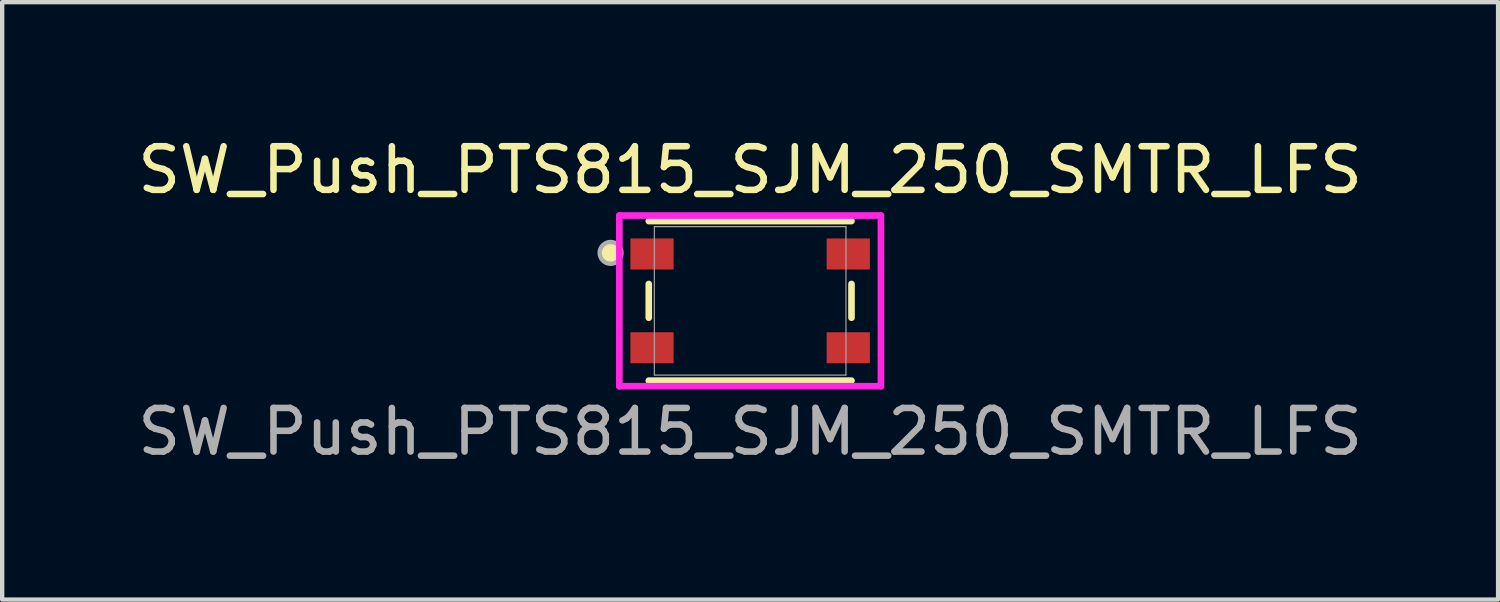
<source format=kicad_pcb>
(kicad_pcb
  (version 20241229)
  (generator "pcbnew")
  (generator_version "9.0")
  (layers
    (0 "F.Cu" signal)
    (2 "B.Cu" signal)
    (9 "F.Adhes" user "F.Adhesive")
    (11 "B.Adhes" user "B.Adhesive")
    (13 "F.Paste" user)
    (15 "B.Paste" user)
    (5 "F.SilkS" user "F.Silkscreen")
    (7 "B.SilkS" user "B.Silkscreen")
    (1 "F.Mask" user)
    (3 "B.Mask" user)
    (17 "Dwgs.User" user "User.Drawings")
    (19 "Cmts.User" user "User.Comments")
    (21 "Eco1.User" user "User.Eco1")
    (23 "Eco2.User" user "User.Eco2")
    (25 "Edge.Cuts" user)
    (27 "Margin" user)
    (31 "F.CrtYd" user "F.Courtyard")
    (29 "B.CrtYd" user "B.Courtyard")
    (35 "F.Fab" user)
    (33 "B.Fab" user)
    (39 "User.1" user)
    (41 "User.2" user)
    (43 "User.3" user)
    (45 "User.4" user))
  (footprint "SW_Push_PTS815_SJM_250_SMTR_LFS"
    (layer "F.Cu")
    (at 14.149 3.848)
    (property "Reference" "SW_Push_PTS815_SJM_250_SMTR_LFS" (at 0 -3 0) (unlocked yes) (layer "F.SilkS") (effects (font (size 1 1) (thickness 0.15))))
    (attr smd)
    (fp_line (start -2.324 -0.387) (end -2.324 0.387) (stroke (width 0.152) (type solid)) (layer "F.SilkS"))
    (fp_line (start -2.324 1.829) (end 2.324 1.829) (stroke (width 0.152) (type solid)) (layer "F.SilkS"))
    (fp_line (start 2.324 -1.829) (end -2.324 -1.829) (stroke (width 0.152) (type solid)) (layer "F.SilkS"))
    (fp_line (start 2.324 0.387) (end 2.324 -0.387) (stroke (width 0.152) (type solid)) (layer "F.SilkS"))
    (fp_circle (center -3.2 -1.1) (end -2.95 -1.1) (stroke (width 0) (type solid)) (fill yes) (layer "F.SilkS"))
    (fp_line (start -2.999 -1.956) (end -2.999 1.956) (stroke (width 0.152) (type solid)) (layer "F.CrtYd"))
    (fp_line (start -2.999 1.956) (end 2.999 1.956) (stroke (width 0.152) (type solid)) (layer "F.CrtYd"))
    (fp_line (start 2.999 -1.956) (end -2.999 -1.956) (stroke (width 0.152) (type solid)) (layer "F.CrtYd"))
    (fp_line (start 2.999 1.956) (end 2.999 -1.956) (stroke (width 0.152) (type solid)) (layer "F.CrtYd"))
    (fp_line (start -2.197 -1.702) (end -2.197 1.702) (stroke (width 0.025) (type solid)) (layer "F.Fab"))
    (fp_line (start -2.197 1.702) (end 2.197 1.702) (stroke (width 0.025) (type solid)) (layer "F.Fab"))
    (fp_line (start 2.197 -1.702) (end -2.197 -1.702) (stroke (width 0.025) (type solid)) (layer "F.Fab"))
    (fp_line (start 2.197 1.702) (end 2.197 -1.702) (stroke (width 0.025) (type solid)) (layer "F.Fab"))
    (fp_circle (center -3.2 -1.1) (end -2.95 -1.1) (stroke (width 0.1) (type solid)) (fill no) (layer "F.Fab"))
    (fp_text user "${REFERENCE}" (at 0 3 0) (unlocked yes) (layer "F.Fab") (effects (font (size 1 1) (thickness 0.15))))
    (pad "1" smd rect (at -2.25 -1.075) (size 0.991 0.711) (layers "F.Cu" "F.Mask" "F.Paste"))
    (pad "1" smd rect (at 2.25 -1.075) (size 0.991 0.711) (layers "F.Cu" "F.Mask" "F.Paste"))
    (pad "2" smd rect (at -2.25 1.075) (size 0.991 0.711) (layers "F.Cu" "F.Mask" "F.Paste"))
    (pad "2" smd rect (at 2.25 1.075) (size 0.991 0.711) (layers "F.Cu" "F.Mask" "F.Paste")))
  (gr_rect
    (start -3 -3)
    (end 31.298 10.697)
    (stroke (width 0.1) (type default))
    (fill no)
    (layer "Edge.Cuts")))
</source>
